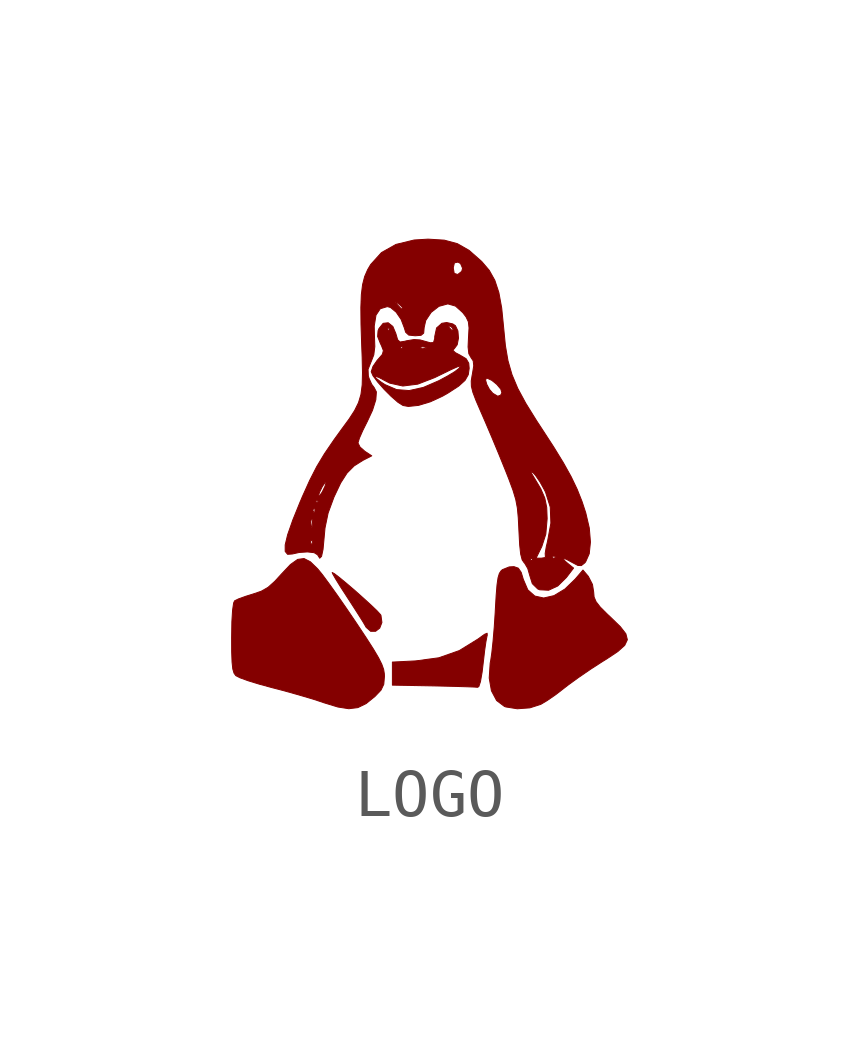
<source format=kicad_sym>
(kicad_symbol_lib
  (version 20220914)
  (generator "bitmap2component")
  (generator_version "8.0")
  (symbol "LOGO"
    (pin_names
      (offset 1.016))
    (property "Reference" "#G"
      (at 0 6.433 0)
      (effects (font (size 1.27 1.27)) hide))
    (symbol "LOGO_0_0"
      (polyline (pts (xy -1.494 -4.884) (xy -1.321 -4.8) (xy -1.137 -4.651) (xy -1.137 -4.651) (xy -1.011 -4.519) (xy -0.953 -4.397) (xy -0.939 -4.233) (xy -0.941 -4.18) (xy -0.956 -4.087) (xy -0.994 -3.98) (xy -1.062 -3.844) (xy -1.169 -3.663) (xy -1.323 -3.423) (xy -1.532 -3.108) (xy -1.722 -2.828) (xy -1.916 -2.548) (xy -2.091 -2.303) (xy -2.233 -2.111) (xy -2.329 -1.993) (xy -2.482 -1.844) (xy -2.616 -1.775) (xy -2.749 -1.793) (xy -2.899 -1.899) (xy -3.087 -2.098) (xy -3.226 -2.25) (xy -3.367 -2.376) (xy -3.509 -2.457) (xy -3.689 -2.518) (xy -3.828 -2.561) (xy -3.981 -2.616) (xy -4.064 -2.657) (xy -4.084 -2.701) (xy -4.106 -2.85) (xy -4.121 -3.094) (xy -4.126 -3.421) (xy -4.125 -3.719) (xy -4.117 -3.935) (xy -4.102 -4.077) (xy -4.076 -4.165) (xy -4.038 -4.218) (xy -4.037 -4.218) (xy -3.949 -4.263) (xy -3.778 -4.325) (xy -3.549 -4.395) (xy -3.285 -4.467) (xy -3.043 -4.53) (xy -2.733 -4.617) (xy -2.451 -4.7) (xy -2.236 -4.77) (xy -2.21 -4.78) (xy -1.912 -4.871) (xy -1.682 -4.907) (xy -1.494 -4.884)) (stroke (width 0.01) (type default)) (fill (type outline)))
      (polyline (pts (xy 2.093 -4.889) (xy 2.321 -4.816) (xy 2.449 -4.74) (xy 2.632 -4.614) (xy 2.817 -4.471) (xy 2.889 -4.415) (xy 3.105 -4.258) (xy 3.357 -4.085) (xy 3.605 -3.925) (xy 3.691 -3.872) (xy 3.928 -3.714) (xy 4.072 -3.585) (xy 4.127 -3.468) (xy 4.096 -3.345) (xy 3.982 -3.198) (xy 3.79 -3.011) (xy 3.709 -2.935) (xy 3.56 -2.786) (xy 3.474 -2.675) (xy 3.433 -2.578) (xy 3.424 -2.473) (xy 3.399 -2.315) (xy 3.312 -2.146) (xy 3.201 -2.015) (xy 3.04 -2.203) (xy 2.825 -2.411) (xy 2.596 -2.549) (xy 2.382 -2.598) (xy 2.196 -2.557) (xy 2.05 -2.427) (xy 1.956 -2.207) (xy 1.913 -2.064) (xy 1.853 -1.976) (xy 1.762 -1.944) (xy 1.662 -1.95) (xy 1.521 -2.007) (xy 1.495 -2.029) (xy 1.458 -2.084) (xy 1.43 -2.176) (xy 1.409 -2.321) (xy 1.391 -2.541) (xy 1.373 -2.851) (xy 1.371 -2.895) (xy 1.351 -3.204) (xy 1.326 -3.497) (xy 1.3 -3.741) (xy 1.276 -3.907) (xy 1.266 -3.956) (xy 1.246 -4.267) (xy 1.292 -4.533) (xy 1.4 -4.736) (xy 1.563 -4.859) (xy 1.593 -4.87) (xy 1.831 -4.908) (xy 2.093 -4.889)) (stroke (width 0.01) (type default)) (fill (type outline)))
      (polyline (pts (xy 1.029 -4.445) (xy 1.063 -4.343) (xy 1.098 -4.143) (xy 1.134 -3.838) (xy 1.151 -3.689) (xy 1.177 -3.51) (xy 1.199 -3.397) (xy 1.205 -3.373) (xy 1.202 -3.333) (xy 1.149 -3.355) (xy 1.028 -3.442) (xy 1.018 -3.45) (xy 0.621 -3.695) (xy 0.193 -3.845) (xy -0.29 -3.91) (xy -0.773 -3.934) (xy -0.773 -4.174) (xy -0.773 -4.415) (xy 0.097 -4.431) (xy 0.277 -4.435) (xy 0.555 -4.442) (xy 0.782 -4.449) (xy 0.938 -4.455) (xy 1.003 -4.46) (xy 1.029 -4.445)) (stroke (width 0.01) (type default)) (fill (type outline)))
      (polyline (pts (xy -1.123 -3.292) (xy -1.037 -3.225) (xy -0.992 -3.108) (xy -1.012 -2.959) (xy -1.02 -2.946) (xy -1.089 -2.87) (xy -1.214 -2.75) (xy -1.374 -2.604) (xy -1.55 -2.447) (xy -1.723 -2.299) (xy -1.874 -2.174) (xy -1.982 -2.091) (xy -2.029 -2.066) (xy -2.016 -2.098) (xy -1.954 -2.206) (xy -1.852 -2.371) (xy -1.721 -2.573) (xy -1.623 -2.724) (xy -1.492 -2.928) (xy -1.389 -3.091) (xy -1.332 -3.189) (xy -1.321 -3.209) (xy -1.226 -3.293) (xy -1.123 -3.292)) (stroke (width 0.01) (type default)) (fill (type outline)))
      (polyline (pts (xy 2.676 -2.347) (xy 2.857 -2.168) (xy 3.005 -1.974) (xy 2.877 -1.871) (xy 2.809 -1.811) (xy 2.788 -1.772) (xy 2.85 -1.788) (xy 2.987 -1.862) (xy 3.095 -1.919) (xy 3.167 -1.922) (xy 3.238 -1.866) (xy 3.257 -1.843) (xy 3.332 -1.674) (xy 3.357 -1.431) (xy 3.333 -1.139) (xy 3.259 -0.821) (xy 3.181 -0.584) (xy 3.08 -0.33) (xy 2.955 -0.069) (xy 2.794 0.22) (xy 2.588 0.556) (xy 2.326 0.959) (xy 2.236 1.096) (xy 2.01 1.46) (xy 1.841 1.773) (xy 1.72 2.062) (xy 1.637 2.351) (xy 1.583 2.668) (xy 1.547 3.037) (xy 1.547 3.039) (xy 1.506 3.45) (xy 1.447 3.772) (xy 1.363 4.027) (xy 1.246 4.236) (xy 1.089 4.42) (xy 1.08 4.428) (xy 0.826 4.652) (xy 0.581 4.792) (xy 0.309 4.865) (xy -0.028 4.886) (xy -0.32 4.868) (xy -0.699 4.776) (xy -1.001 4.606) (xy -1.226 4.357) (xy -1.272 4.279) (xy 0.497 4.279) (xy 0.497 4.295) (xy 0.52 4.392) (xy 0.594 4.407) (xy 0.648 4.377) (xy 0.69 4.279) (xy 0.673 4.214) (xy 0.594 4.152) (xy 0.584 4.15) (xy 0.516 4.172) (xy 0.497 4.279) (xy -1.272 4.279) (xy -1.289 4.25) (xy -1.352 4.106) (xy -1.395 3.938) (xy -1.421 3.728) (xy -1.426 3.589) (xy -0.714 3.589) (xy -0.649 3.541) (xy -0.59 3.49) (xy -0.552 3.444) (xy -0.553 3.435) (xy -0.589 3.434) (xy -0.67 3.52) (xy -0.701 3.56) (xy -0.714 3.589) (xy -1.426 3.589) (xy -1.431 3.461) (xy -1.428 3.117) (xy -1.414 2.681) (xy -1.404 2.428) (xy -1.397 2.101) (xy -1.403 1.848) (xy -1.429 1.647) (xy -1.48 1.476) (xy -1.561 1.312) (xy -1.677 1.133) (xy -1.835 0.918) (xy -1.989 0.705) (xy -2.189 0.412) (xy -2.352 0.141) (xy -2.499 -0.147) (xy -2.644 -0.469) (xy -2.315 -0.469) (xy -2.294 -0.395) (xy -2.236 -0.276) (xy -2.234 -0.272) (xy -2.18 -0.194) (xy -2.157 -0.193) (xy -2.179 -0.268) (xy -2.236 -0.387) (xy -2.239 -0.391) (xy -2.293 -0.469) (xy -2.315 -0.469) (xy -2.644 -0.469) (xy -2.653 -0.489) (xy -2.691 -0.58) (xy -2.374 -0.58) (xy -2.347 -0.552) (xy -2.319 -0.58) (xy -2.347 -0.607) (xy -2.374 -0.58) (xy -2.691 -0.58) (xy -2.697 -0.592) (xy -2.77 -0.773) (xy -2.43 -0.773) (xy -2.426 -0.744) (xy -2.393 -0.736) (xy -2.386 -0.744) (xy -2.393 -0.81) (xy -2.409 -0.819) (xy -2.43 -0.773) (xy -2.77 -0.773) (xy -2.854 -0.98) (xy -2.868 -1.022) (xy -2.474 -1.022) (xy -2.474 -1.004) (xy -2.464 -0.931) (xy -2.446 -0.954) (xy -2.438 -1.01) (xy -2.449 -1.119) (xy -2.451 -1.124) (xy -2.468 -1.116) (xy -2.474 -1.022) (xy -2.868 -1.022) (xy -2.958 -1.278) (xy -2.996 -1.436) (xy -2.485 -1.436) (xy -2.481 -1.406) (xy -2.448 -1.399) (xy -2.441 -1.407) (xy -2.448 -1.472) (xy -2.465 -1.481) (xy -2.485 -1.436) (xy -2.996 -1.436) (xy -3.009 -1.491) (xy -3.009 -1.626) (xy -2.959 -1.687) (xy -2.86 -1.68) (xy -2.716 -1.648) (xy -2.543 -1.637) (xy -2.404 -1.653) (xy -2.334 -1.697) (xy -2.334 -1.697) (xy -2.289 -1.768) (xy -2.251 -1.73) (xy -2.22 -1.586) (xy -2.197 -1.339) (xy -2.179 -1.14) (xy -2.114 -0.826) (xy -1.993 -0.497) (xy -1.99 -0.49) (xy -1.852 -0.199) (xy -1.719 0.008) (xy -1.571 0.157) (xy -1.389 0.272) (xy -1.204 0.367) (xy -1.347 0.461) (xy -1.448 0.55) (xy -1.491 0.635) (xy -1.49 0.641) (xy -1.461 0.736) (xy -1.392 0.893) (xy -1.298 1.081) (xy -1.188 1.317) (xy -1.119 1.536) (xy -1.107 1.7) (xy -1.154 1.791) (xy -1.205 1.859) (xy -1.26 1.983) (xy -1.275 2.032) (xy -1.281 2.17) (xy -1.219 2.326) (xy -1.215 2.334) (xy -1.161 2.474) (xy -1.14 2.645) (xy -1.148 2.885) (xy -1.152 3.073) (xy -1.116 3.3) (xy -1.026 3.435) (xy -0.879 3.479) (xy -0.813 3.461) (xy -0.695 3.363) (xy -0.591 3.211) (xy -0.524 3.034) (xy -0.497 2.945) (xy -0.432 2.885) (xy -0.299 2.871) (xy -0.176 2.88) (xy -0.121 2.926) (xy -0.111 3.041) (xy -0.078 3.189) (xy 0.035 3.359) (xy 0.197 3.485) (xy 0.377 3.534) (xy 0.389 3.534) (xy 0.543 3.49) (xy 0.692 3.356) (xy 0.763 3.264) (xy 0.811 3.163) (xy 0.825 3.034) (xy 0.814 2.837) (xy 0.805 2.638) (xy 0.821 2.497) (xy 0.868 2.413) (xy 0.912 2.348) (xy 0.923 2.244) (xy 0.895 2.071) (xy 0.889 2.043) (xy 0.874 1.949) (xy 1.169 1.949) (xy 1.189 1.988) (xy 1.201 1.987) (xy 1.299 1.942) (xy 1.406 1.855) (xy 1.488 1.757) (xy 1.51 1.682) (xy 1.484 1.632) (xy 1.424 1.61) (xy 1.319 1.672) (xy 1.319 1.673) (xy 1.251 1.752) (xy 1.195 1.857) (xy 1.169 1.949) (xy 0.874 1.949) (xy 0.871 1.925) (xy 0.874 1.817) (xy 0.905 1.692) (xy 0.97 1.521) (xy 1.075 1.278) (xy 1.166 1.069) (xy 1.304 0.745) (xy 1.447 0.401) (xy 1.576 0.083) (xy 1.592 0.043) (xy 2.114 0.043) (xy 2.166 0.009) (xy 2.213 -0.042) (xy 2.305 -0.177) (xy 2.399 -0.347) (xy 2.421 -0.392) (xy 2.519 -0.702) (xy 2.532 -1.036) (xy 2.462 -1.419) (xy 2.435 -1.533) (xy 2.413 -1.67) (xy 2.417 -1.73) (xy 2.558 -1.73) (xy 2.567 -1.724) (xy 2.632 -1.73) (xy 2.641 -1.747) (xy 2.595 -1.767) (xy 2.566 -1.763) (xy 2.558 -1.73) (xy 2.417 -1.73) (xy 2.417 -1.736) (xy 2.412 -1.755) (xy 2.335 -1.767) (xy 2.223 -1.767) (xy 2.337 -1.536) (xy 2.343 -1.523) (xy 2.426 -1.266) (xy 2.454 -0.942) (xy 2.445 -0.709) (xy 2.405 -0.515) (xy 2.321 -0.32) (xy 2.179 -0.083) (xy 2.124 0.007) (xy 2.114 0.043) (xy 1.592 0.043) (xy 1.655 -0.117) (xy 1.742 -0.352) (xy 1.799 -0.542) (xy 1.833 -0.722) (xy 1.852 -0.926) (xy 1.865 -1.187) (xy 1.866 -1.206) (xy 1.881 -1.491) (xy 1.902 -1.683) (xy 1.931 -1.794) (xy 2.098 -1.794) (xy 2.126 -1.767) (xy 2.154 -1.794) (xy 2.126 -1.822) (xy 2.098 -1.794) (xy 1.931 -1.794) (xy 1.932 -1.801) (xy 1.974 -1.862) (xy 1.985 -1.872) (xy 2.05 -1.983) (xy 2.094 -2.137) (xy 2.145 -2.299) (xy 2.258 -2.409) (xy 2.297 -2.426) (xy 2.484 -2.436) (xy 2.676 -2.347)) (stroke (width 0.01) (type default)) (fill (type outline)))
      (polyline (pts (xy -0.229 1.419) (xy 0.019 1.494) (xy 0.274 1.612) (xy 0.396 1.682) (xy 0.608 1.82) (xy 0.741 1.94) (xy 0.809 2.059) (xy 0.828 2.192) (xy 0.819 2.299) (xy 0.765 2.391) (xy 0.634 2.469) (xy 0.537 2.52) (xy 0.488 2.569) (xy 0.523 2.609) (xy 0.578 2.683) (xy 0.605 2.822) (xy 0.593 2.972) (xy 0.541 3.081) (xy 0.486 3.118) (xy 0.359 3.147) (xy 0.258 3.131) (xy 0.197 3.076) (xy 0.395 3.076) (xy 0.433 3.07) (xy 0.458 3.053) (xy 0.497 3.006) (xy 0.496 2.998) (xy 0.464 2.986) (xy 0.409 3.046) (xy 0.395 3.076) (xy 0.197 3.076) (xy 0.148 3.034) (xy 0.11 2.857) (xy 0.109 2.812) (xy 0.084 2.729) (xy 0.014 2.725) (xy -0.052 2.744) (xy -0.195 2.784) (xy -0.323 2.792) (xy -0.48 2.766) (xy -0.516 2.756) (xy -0.614 2.741) (xy -0.664 2.788) (xy -0.702 2.918) (xy -0.764 3.065) (xy -0.861 3.142) (xy -0.966 3.13) (xy -1.054 3.021) (xy -1.058 3.009) (xy -0.883 3.009) (xy -0.856 3.037) (xy -0.828 3.009) (xy -0.856 2.982) (xy -0.883 3.009) (xy -1.058 3.009) (xy -1.072 2.976) (xy -1.081 2.856) (xy -1.022 2.707) (xy -1.002 2.667) (xy -0.985 2.623) (xy -0.607 2.623) (xy -0.58 2.651) (xy -0.552 2.623) (xy -0.567 2.608) (xy -0.197 2.608) (xy -0.176 2.633) (xy -0.144 2.642) (xy -0.07 2.629) (xy -0.071 2.61) (xy -0.143 2.6) (xy -0.197 2.608) (xy -0.567 2.608) (xy -0.58 2.595) (xy -0.607 2.623) (xy -0.985 2.623) (xy -0.961 2.561) (xy -0.982 2.483) (xy -1.072 2.379) (xy -1.089 2.361) (xy -1.178 2.232) (xy -1.215 2.121) (xy -1.178 2.037) (xy -1.168 2.024) (xy -1.142 2.024) (xy -1.133 2.027) (xy -1.054 2.002) (xy -0.931 1.936) (xy -0.828 1.883) (xy -0.555 1.823) (xy -0.244 1.862) (xy 0.11 1.999) (xy 0.25 2.067) (xy 0.45 2.165) (xy 0.574 2.22) (xy 0.633 2.24) (xy 0.642 2.228) (xy 0.615 2.191) (xy 0.613 2.188) (xy 0.53 2.124) (xy 0.38 2.033) (xy 0.194 1.933) (xy -0.127 1.794) (xy -0.424 1.728) (xy -0.686 1.748) (xy -0.929 1.853) (xy -1.015 1.909) (xy -1.114 1.984) (xy -1.142 2.024) (xy -1.168 2.024) (xy -1.08 1.906) (xy -0.945 1.753) (xy -0.796 1.604) (xy -0.657 1.483) (xy -0.552 1.417) (xy -0.441 1.397) (xy -0.229 1.419)) (stroke (width 0.01) (type default)) (fill (type outline))))))
</source>
